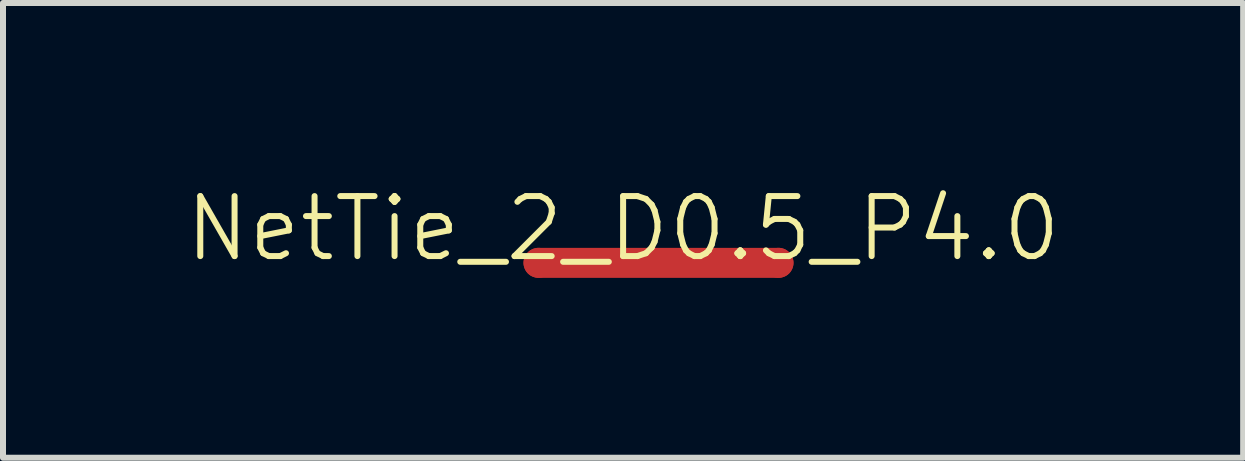
<source format=kicad_pcb>
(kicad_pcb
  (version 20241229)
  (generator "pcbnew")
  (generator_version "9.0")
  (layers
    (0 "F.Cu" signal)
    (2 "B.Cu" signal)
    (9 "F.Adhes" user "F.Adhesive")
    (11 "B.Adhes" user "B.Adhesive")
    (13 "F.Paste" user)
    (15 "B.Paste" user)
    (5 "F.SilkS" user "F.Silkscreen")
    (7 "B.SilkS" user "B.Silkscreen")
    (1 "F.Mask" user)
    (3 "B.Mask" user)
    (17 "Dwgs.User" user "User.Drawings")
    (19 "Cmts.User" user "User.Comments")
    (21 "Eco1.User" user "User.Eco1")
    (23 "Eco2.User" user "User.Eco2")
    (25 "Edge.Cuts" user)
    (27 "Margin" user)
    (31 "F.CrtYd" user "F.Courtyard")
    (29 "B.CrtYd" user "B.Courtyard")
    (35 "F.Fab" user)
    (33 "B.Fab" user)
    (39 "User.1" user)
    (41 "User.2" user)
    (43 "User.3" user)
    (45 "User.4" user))
  (footprint "NetTie_2_D0.5_P4.0"
    (layer "F.Cu")
    (at 7.426 1.331)
    (property "Reference" "NetTie_2_D0.5_P4.0" (at -0.09 -0.57 0) (unlocked yes) (layer "F.SilkS") (effects (font (size 1 1) (thickness 0.1))))
    (attr exclude_from_pos_files exclude_from_bom allow_missing_courtyard)
    (fp_line (start 2.5 0) (end -1.5 0) (stroke (width 0.5) (type default)) (layer "F.Cu"))
    (pad "1" smd circle (at -1.5 0) (size 0.5 0.5) (layers "F.Cu"))
    (pad "2" smd circle (at 2.5 0) (size 0.5 0.5) (layers "F.Cu")))
  (gr_rect
    (start -3 -3)
    (end 17.671 4.58)
    (stroke (width 0.1) (type default))
    (fill no)
    (layer "Edge.Cuts")))
</source>
